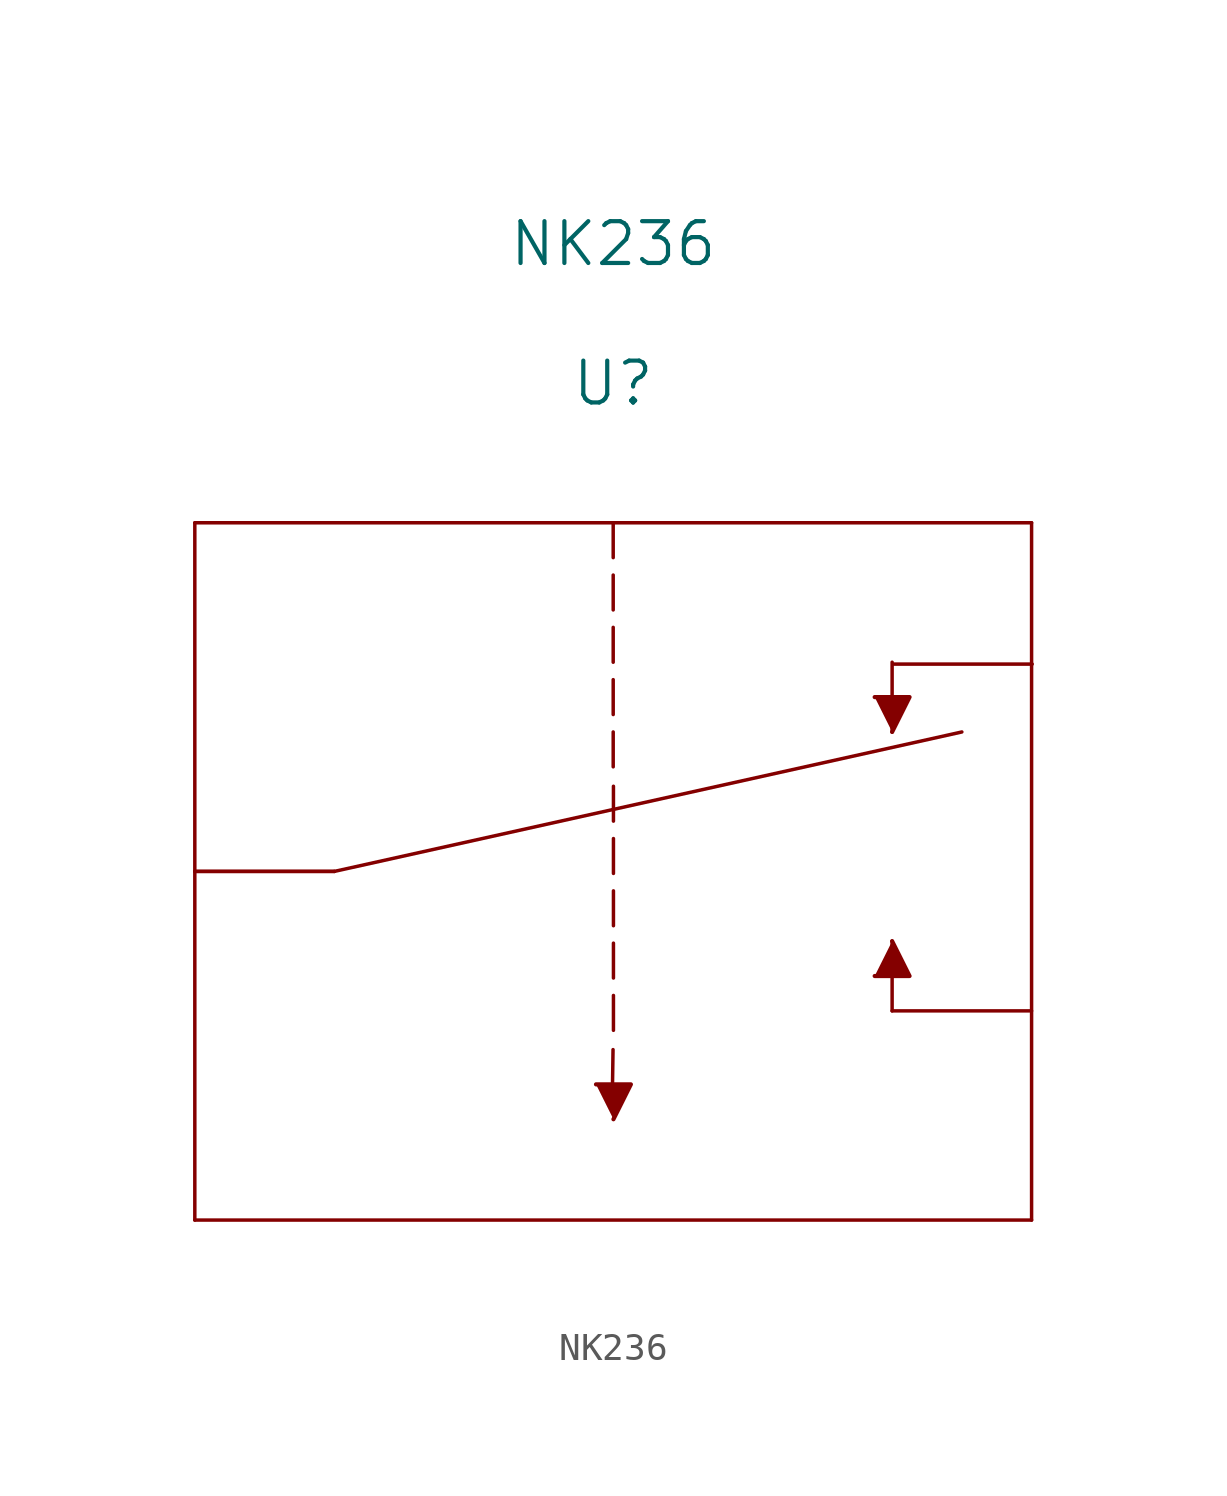
<source format=kicad_sym>
(kicad_symbol_lib
  (version 20231120)
  (generator "kicad_symbol_editor")
  (generator_version "8.0")
  (symbol "NK236"
    (pin_names
      (offset 0.254))
    (property "Reference" "U"
      (at 22.86 17.78 0)
      (effects (font (size 1.524 1.524))))
    (property "Value" "NK236"
      (at 22.86 22.86 0)
      (effects (font (size 1.524 1.524))))
    (symbol "NK236_0_1"
      (polyline (pts (xy 7.62 -12.7) (xy 38.1 -12.7)) (stroke (width 0.127) (type default)) (fill (type none)))
      (polyline (pts (xy 7.62 12.7) (xy 7.62 -12.7)) (stroke (width 0.127) (type default)) (fill (type none)))
      (polyline (pts (xy 12.7 0) (xy 7.62 0)) (stroke (width 0.127) (type default)) (fill (type none)))
      (polyline (pts (xy 12.7 0) (xy 7.62 0)) (stroke (width 0.127) (type default)) (fill (type none)))
      (polyline (pts (xy 12.7 0) (xy 35.56 5.08)) (stroke (width 0.127) (type default)) (fill (type none)))
      (polyline (pts (xy 22.823 -8.57) (xy 22.854 -6.491)) (stroke (width 0.127) (type default)) (fill (type none)))
      (polyline (pts (xy 22.86 5.08) (xy 22.86 3.81)) (stroke (width 0.127) (type default)) (fill (type none)))
      (polyline (pts (xy 22.86 6.985) (xy 22.86 5.715)) (stroke (width 0.127) (type default)) (fill (type none)))
      (polyline (pts (xy 22.86 8.89) (xy 22.86 7.62)) (stroke (width 0.127) (type default)) (fill (type none)))
      (polyline (pts (xy 22.86 10.795) (xy 22.86 9.525)) (stroke (width 0.127) (type default)) (fill (type none)))
      (polyline (pts (xy 22.86 12.7) (xy 22.86 11.43)) (stroke (width 0.127) (type default)) (fill (type none)))
      (polyline (pts (xy 22.869 -4.518) (xy 22.869 -5.788)) (stroke (width 0.127) (type default)) (fill (type none)))
      (polyline (pts (xy 22.869 -2.613) (xy 22.869 -3.883)) (stroke (width 0.127) (type default)) (fill (type none)))
      (polyline (pts (xy 22.869 -0.708) (xy 22.869 -1.978)) (stroke (width 0.127) (type default)) (fill (type none)))
      (polyline (pts (xy 22.869 1.197) (xy 22.869 -0.073)) (stroke (width 0.127) (type default)) (fill (type none)))
      (polyline (pts (xy 22.869 3.102) (xy 22.869 1.832)) (stroke (width 0.127) (type default)) (fill (type none)))
      (polyline (pts (xy 33.02 -5.08) (xy 33.02 -2.54)) (stroke (width 0.127) (type default)) (fill (type none)))
      (polyline (pts (xy 33.02 5.08) (xy 33.02 7.62)) (stroke (width 0.127) (type default)) (fill (type none)))
      (polyline (pts (xy 33.042 7.552) (xy 38.122 7.552)) (stroke (width 0.127) (type default)) (fill (type none)))
      (polyline (pts (xy 38.1 -5.08) (xy 33.02 -5.08)) (stroke (width 0.127) (type default)) (fill (type none)))
      (polyline (pts (xy 38.1 12.7) (xy 7.62 12.7)) (stroke (width 0.127) (type default)) (fill (type none)))
      (polyline (pts (xy 38.1 12.7) (xy 38.1 -12.7)) (stroke (width 0.127) (type default)) (fill (type none)))
      (polyline (pts (xy 22.234 -7.757) (xy 23.504 -7.757) (xy 22.869 -9.027)) (stroke (width 0) (type default)) (fill (type outline)))
      (polyline (pts (xy 32.385 -3.81) (xy 33.655 -3.81) (xy 33.02 -2.54)) (stroke (width 0) (type default)) (fill (type outline)))
      (polyline (pts (xy 32.385 6.35) (xy 33.655 6.35) (xy 33.02 5.08)) (stroke (width 0) (type default)) (fill (type outline))))))
</source>
